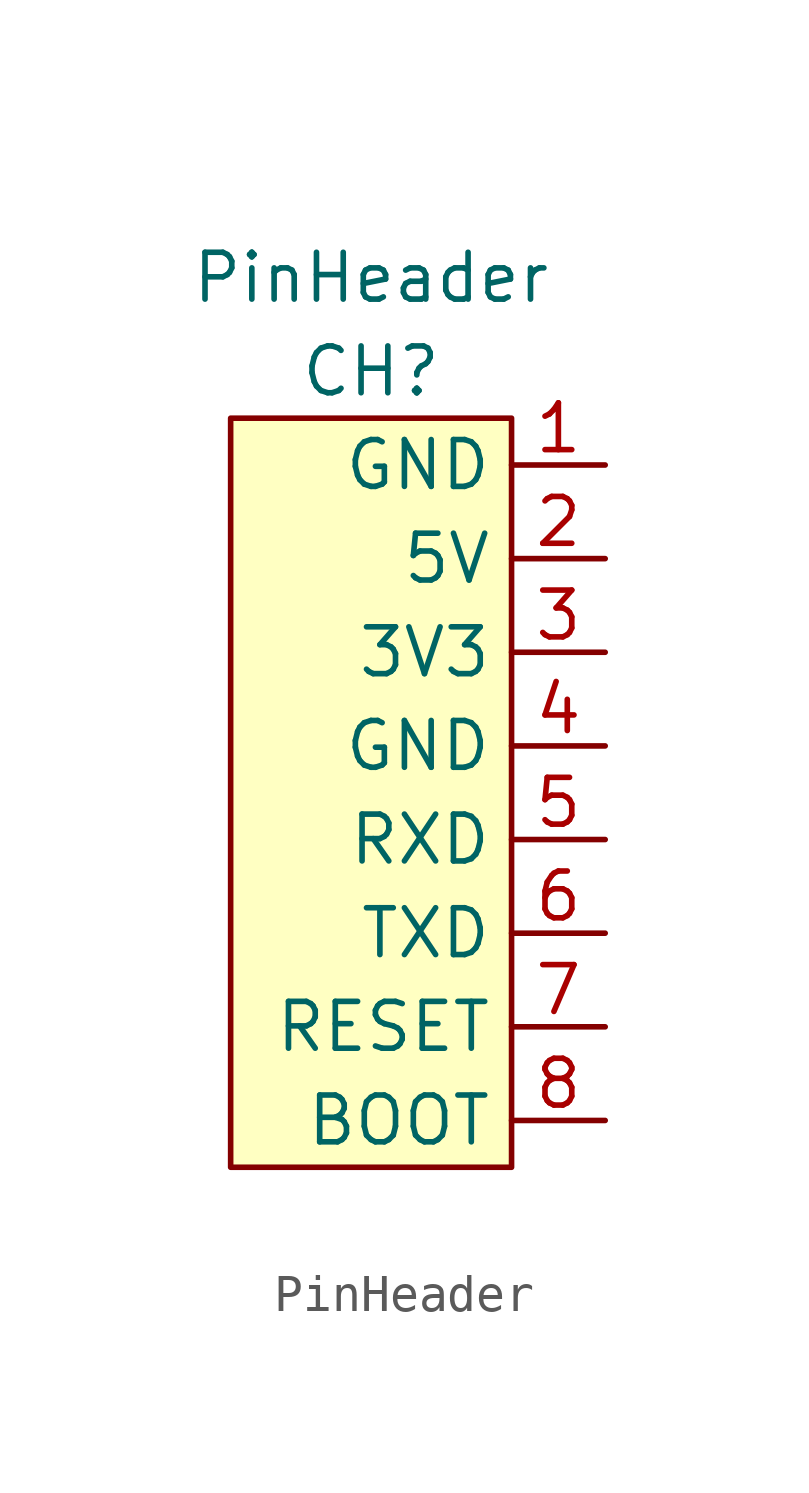
<source format=kicad_sym>
(kicad_symbol_lib
  (version 20231120)
  (generator "kicad_symbol_editor")
  (generator_version "8.0")
  (symbol "PinHeader"
    (property "Reference" "CH"
      (at 0 2.54 0)
      (effects (font (size 1.27 1.27))))
    (property "Value" "PinHeader"
      (at 0 5.08 0)
      (effects (font (size 1.27 1.27))))
    (symbol "PinHeader_0_1"
      (rectangle (start -3.81 1.27) (end 3.81 -19.05) (stroke (width 0.152) (type default)) (fill (type background))))
    (symbol "PinHeader_1_1"
      (pin power_in line (at 6.35 0 180) (length 2.54) (name "GND" (effects (font (size 1.27 1.27)))) (number "1" (effects (font (size 1.27 1.27)))))
      (pin power_in line (at 6.35 -2.54 180) (length 2.54) (name "5V" (effects (font (size 1.27 1.27)))) (number "2" (effects (font (size 1.27 1.27)))))
      (pin power_in line (at 6.35 -5.08 180) (length 2.54) (name "3V3" (effects (font (size 1.27 1.27)))) (number "3" (effects (font (size 1.27 1.27)))))
      (pin power_in line (at 6.35 -7.62 180) (length 2.54) (name "GND" (effects (font (size 1.27 1.27)))) (number "4" (effects (font (size 1.27 1.27)))))
      (pin input line (at 6.35 -10.16 180) (length 2.54) (name "RXD" (effects (font (size 1.27 1.27)))) (number "5" (effects (font (size 1.27 1.27)))))
      (pin output line (at 6.35 -12.7 180) (length 2.54) (name "TXD" (effects (font (size 1.27 1.27)))) (number "6" (effects (font (size 1.27 1.27)))))
      (pin input line (at 6.35 -15.24 180) (length 2.54) (name "RESET" (effects (font (size 1.27 1.27)))) (number "7" (effects (font (size 1.27 1.27)))))
      (pin input line (at 6.35 -17.78 180) (length 2.54) (name "BOOT" (effects (font (size 1.27 1.27)))) (number "8" (effects (font (size 1.27 1.27))))))))
</source>
